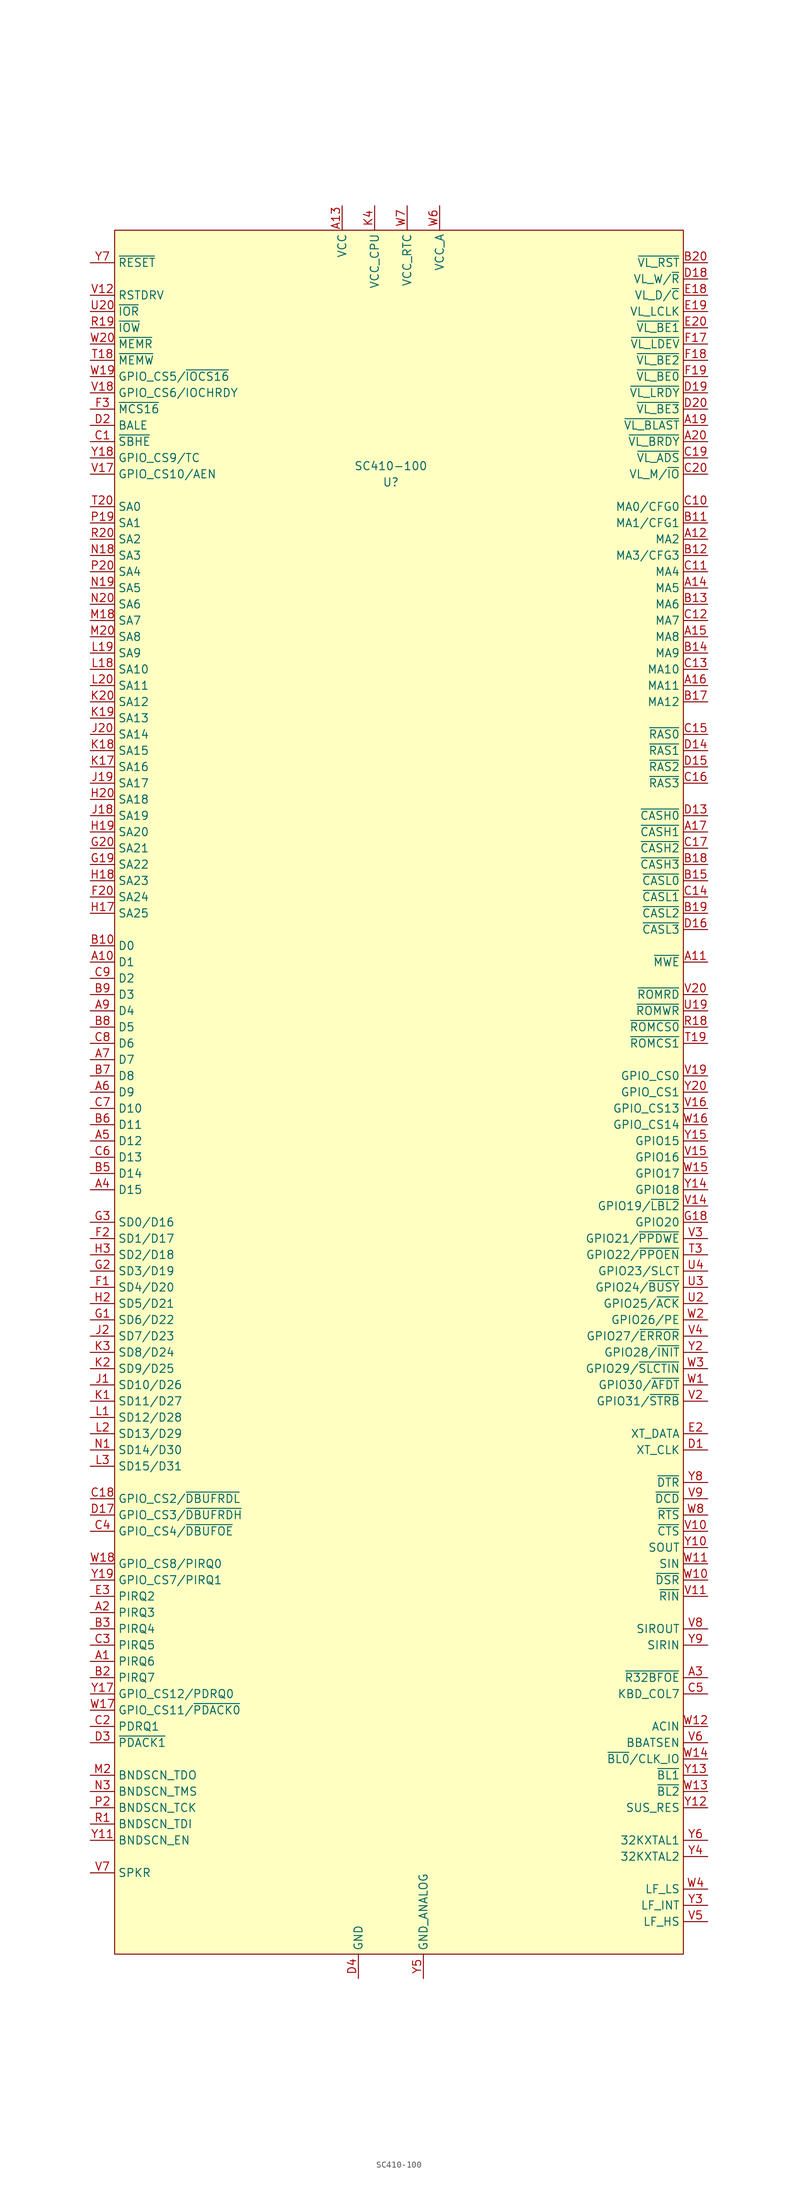
<source format=kicad_sym>
(kicad_symbol_lib
  (version 20220914)
  (generator kicad_symbol_editor)
  (symbol "SC410-100"
    (property "Reference" "U"
      (at 0 85.09 0)
      (effects (font (size 1.27 1.27))))
    (property "Value" "SC410-100"
      (at 0 87.63 0)
      (effects (font (size 1.27 1.27))))
    (symbol "SC410-100_0_0"
      (pin unspecified line (at -46.99 -99.06 0) (length 3.81) (name "PIRQ6" (effects (font (size 1.27 1.27)))) (number "A1" (effects (font (size 1.27 1.27)))))
      (pin unspecified line (at -46.99 10.16 0) (length 3.81) (name "D1" (effects (font (size 1.27 1.27)))) (number "A10" (effects (font (size 1.27 1.27)))))
      (pin unspecified line (at 49.53 10.16 180) (length 3.81) (name "~{MWE}" (effects (font (size 1.27 1.27)))) (number "A11" (effects (font (size 1.27 1.27)))))
      (pin unspecified line (at 49.53 76.2 180) (length 3.81) (name "MA2" (effects (font (size 1.27 1.27)))) (number "A12" (effects (font (size 1.27 1.27)))))
      (pin power_in line (at -7.62 128.27 270) (length 3.81) (name "VCC" (effects (font (size 1.27 1.27)))) (number "A13" (effects (font (size 1.27 1.27)))))
      (pin unspecified line (at 49.53 68.58 180) (length 3.81) (name "MA5" (effects (font (size 1.27 1.27)))) (number "A14" (effects (font (size 1.27 1.27)))))
      (pin unspecified line (at 49.53 60.96 180) (length 3.81) (name "MA8" (effects (font (size 1.27 1.27)))) (number "A15" (effects (font (size 1.27 1.27)))))
      (pin unspecified line (at 49.53 53.34 180) (length 3.81) (name "MA11" (effects (font (size 1.27 1.27)))) (number "A16" (effects (font (size 1.27 1.27)))))
      (pin unspecified line (at 49.53 30.48 180) (length 3.81) (name "~{CASH1}" (effects (font (size 1.27 1.27)))) (number "A17" (effects (font (size 1.27 1.27)))))
      (pin power_in line (at -7.62 128.27 270) (length 3.81) hide (name "VCC" (effects (font (size 1.27 1.27)))) (number "A18" (effects (font (size 1.27 1.27)))))
      (pin unspecified line (at 49.53 93.98 180) (length 3.81) (name "~{VL_BLAST}" (effects (font (size 1.27 1.27)))) (number "A19" (effects (font (size 1.27 1.27)))))
      (pin unspecified line (at -46.99 -91.44 0) (length 3.81) (name "PIRQ3" (effects (font (size 1.27 1.27)))) (number "A2" (effects (font (size 1.27 1.27)))))
      (pin unspecified line (at 49.53 91.44 180) (length 3.81) (name "~{VL_BRDY}" (effects (font (size 1.27 1.27)))) (number "A20" (effects (font (size 1.27 1.27)))))
      (pin unspecified line (at 49.53 -101.6 180) (length 3.81) (name "~{R32BFOE}" (effects (font (size 1.27 1.27)))) (number "A3" (effects (font (size 1.27 1.27)))))
      (pin unspecified line (at -46.99 -25.4 0) (length 3.81) (name "D15" (effects (font (size 1.27 1.27)))) (number "A4" (effects (font (size 1.27 1.27)))))
      (pin unspecified line (at -46.99 -17.78 0) (length 3.81) (name "D12" (effects (font (size 1.27 1.27)))) (number "A5" (effects (font (size 1.27 1.27)))))
      (pin unspecified line (at -46.99 -10.16 0) (length 3.81) (name "D9" (effects (font (size 1.27 1.27)))) (number "A6" (effects (font (size 1.27 1.27)))))
      (pin unspecified line (at -46.99 -5.08 0) (length 3.81) (name "D7" (effects (font (size 1.27 1.27)))) (number "A7" (effects (font (size 1.27 1.27)))))
      (pin power_in line (at -7.62 128.27 270) (length 3.81) hide (name "VCC" (effects (font (size 1.27 1.27)))) (number "A8" (effects (font (size 1.27 1.27)))))
      (pin unspecified line (at -46.99 2.54 0) (length 3.81) (name "D4" (effects (font (size 1.27 1.27)))) (number "A9" (effects (font (size 1.27 1.27)))))
      (pin power_in line (at -7.62 128.27 270) (length 3.81) hide (name "VCC" (effects (font (size 1.27 1.27)))) (number "B1" (effects (font (size 1.27 1.27)))))
      (pin unspecified line (at -46.99 12.7 0) (length 3.81) (name "D0" (effects (font (size 1.27 1.27)))) (number "B10" (effects (font (size 1.27 1.27)))))
      (pin unspecified line (at 49.53 78.74 180) (length 3.81) (name "MA1/CFG1" (effects (font (size 1.27 1.27)))) (number "B11" (effects (font (size 1.27 1.27)))))
      (pin unspecified line (at 49.53 73.66 180) (length 3.81) (name "MA3/CFG3" (effects (font (size 1.27 1.27)))) (number "B12" (effects (font (size 1.27 1.27)))))
      (pin unspecified line (at 49.53 66.04 180) (length 3.81) (name "MA6" (effects (font (size 1.27 1.27)))) (number "B13" (effects (font (size 1.27 1.27)))))
      (pin unspecified line (at 49.53 58.42 180) (length 3.81) (name "MA9" (effects (font (size 1.27 1.27)))) (number "B14" (effects (font (size 1.27 1.27)))))
      (pin unspecified line (at 49.53 22.86 180) (length 3.81) (name "~{CASL0}" (effects (font (size 1.27 1.27)))) (number "B15" (effects (font (size 1.27 1.27)))))
      (pin power_in line (at -7.62 128.27 270) (length 3.81) hide (name "VCC" (effects (font (size 1.27 1.27)))) (number "B16" (effects (font (size 1.27 1.27)))))
      (pin unspecified line (at 49.53 50.8 180) (length 3.81) (name "MA12" (effects (font (size 1.27 1.27)))) (number "B17" (effects (font (size 1.27 1.27)))))
      (pin unspecified line (at 49.53 25.4 180) (length 3.81) (name "~{CASH3}" (effects (font (size 1.27 1.27)))) (number "B18" (effects (font (size 1.27 1.27)))))
      (pin unspecified line (at 49.53 17.78 180) (length 3.81) (name "~{CASL2}" (effects (font (size 1.27 1.27)))) (number "B19" (effects (font (size 1.27 1.27)))))
      (pin unspecified line (at -46.99 -101.6 0) (length 3.81) (name "PIRQ7" (effects (font (size 1.27 1.27)))) (number "B2" (effects (font (size 1.27 1.27)))))
      (pin unspecified line (at 49.53 119.38 180) (length 3.81) (name "~{VL_RST}" (effects (font (size 1.27 1.27)))) (number "B20" (effects (font (size 1.27 1.27)))))
      (pin unspecified line (at -46.99 -93.98 0) (length 3.81) (name "PIRQ4" (effects (font (size 1.27 1.27)))) (number "B3" (effects (font (size 1.27 1.27)))))
      (pin power_in line (at -7.62 128.27 270) (length 3.81) hide (name "VCC" (effects (font (size 1.27 1.27)))) (number "B4" (effects (font (size 1.27 1.27)))))
      (pin unspecified line (at -46.99 -22.86 0) (length 3.81) (name "D14" (effects (font (size 1.27 1.27)))) (number "B5" (effects (font (size 1.27 1.27)))))
      (pin unspecified line (at -46.99 -15.24 0) (length 3.81) (name "D11" (effects (font (size 1.27 1.27)))) (number "B6" (effects (font (size 1.27 1.27)))))
      (pin unspecified line (at -46.99 -7.62 0) (length 3.81) (name "D8" (effects (font (size 1.27 1.27)))) (number "B7" (effects (font (size 1.27 1.27)))))
      (pin unspecified line (at -46.99 0 0) (length 3.81) (name "D5" (effects (font (size 1.27 1.27)))) (number "B8" (effects (font (size 1.27 1.27)))))
      (pin unspecified line (at -46.99 5.08 0) (length 3.81) (name "D3" (effects (font (size 1.27 1.27)))) (number "B9" (effects (font (size 1.27 1.27)))))
      (pin unspecified line (at -46.99 91.44 0) (length 3.81) (name "~{SBHE}" (effects (font (size 1.27 1.27)))) (number "C1" (effects (font (size 1.27 1.27)))))
      (pin unspecified line (at 49.53 81.28 180) (length 3.81) (name "MA0/CFG0" (effects (font (size 1.27 1.27)))) (number "C10" (effects (font (size 1.27 1.27)))))
      (pin unspecified line (at 49.53 71.12 180) (length 3.81) (name "MA4" (effects (font (size 1.27 1.27)))) (number "C11" (effects (font (size 1.27 1.27)))))
      (pin unspecified line (at 49.53 63.5 180) (length 3.81) (name "MA7" (effects (font (size 1.27 1.27)))) (number "C12" (effects (font (size 1.27 1.27)))))
      (pin unspecified line (at 49.53 55.88 180) (length 3.81) (name "MA10" (effects (font (size 1.27 1.27)))) (number "C13" (effects (font (size 1.27 1.27)))))
      (pin unspecified line (at 49.53 20.32 180) (length 3.81) (name "~{CASL1}" (effects (font (size 1.27 1.27)))) (number "C14" (effects (font (size 1.27 1.27)))))
      (pin unspecified line (at 49.53 45.72 180) (length 3.81) (name "~{RAS0}" (effects (font (size 1.27 1.27)))) (number "C15" (effects (font (size 1.27 1.27)))))
      (pin unspecified line (at 49.53 38.1 180) (length 3.81) (name "~{RAS3}" (effects (font (size 1.27 1.27)))) (number "C16" (effects (font (size 1.27 1.27)))))
      (pin unspecified line (at 49.53 27.94 180) (length 3.81) (name "~{CASH2}" (effects (font (size 1.27 1.27)))) (number "C17" (effects (font (size 1.27 1.27)))))
      (pin unspecified line (at -46.99 -73.66 0) (length 3.81) (name "GPIO_CS2/~{DBUFRDL}" (effects (font (size 1.27 1.27)))) (number "C18" (effects (font (size 1.27 1.27)))))
      (pin unspecified line (at 49.53 88.9 180) (length 3.81) (name "~{VL_ADS}" (effects (font (size 1.27 1.27)))) (number "C19" (effects (font (size 1.27 1.27)))))
      (pin unspecified line (at -46.99 -109.22 0) (length 3.81) (name "PDRQ1" (effects (font (size 1.27 1.27)))) (number "C2" (effects (font (size 1.27 1.27)))))
      (pin unspecified line (at 49.53 86.36 180) (length 3.81) (name "VL_M/~{IO}" (effects (font (size 1.27 1.27)))) (number "C20" (effects (font (size 1.27 1.27)))))
      (pin unspecified line (at -46.99 -96.52 0) (length 3.81) (name "PIRQ5" (effects (font (size 1.27 1.27)))) (number "C3" (effects (font (size 1.27 1.27)))))
      (pin unspecified line (at -46.99 -78.74 0) (length 3.81) (name "GPIO_CS4/~{DBUFOE}" (effects (font (size 1.27 1.27)))) (number "C4" (effects (font (size 1.27 1.27)))))
      (pin unspecified line (at 49.53 -104.14 180) (length 3.81) (name "KBD_COL7" (effects (font (size 1.27 1.27)))) (number "C5" (effects (font (size 1.27 1.27)))))
      (pin unspecified line (at -46.99 -20.32 0) (length 3.81) (name "D13" (effects (font (size 1.27 1.27)))) (number "C6" (effects (font (size 1.27 1.27)))))
      (pin unspecified line (at -46.99 -12.7 0) (length 3.81) (name "D10" (effects (font (size 1.27 1.27)))) (number "C7" (effects (font (size 1.27 1.27)))))
      (pin unspecified line (at -46.99 -2.54 0) (length 3.81) (name "D6" (effects (font (size 1.27 1.27)))) (number "C8" (effects (font (size 1.27 1.27)))))
      (pin unspecified line (at -46.99 7.62 0) (length 3.81) (name "D2" (effects (font (size 1.27 1.27)))) (number "C9" (effects (font (size 1.27 1.27)))))
      (pin unspecified line (at 49.53 -66.04 180) (length 3.81) (name "XT_CLK" (effects (font (size 1.27 1.27)))) (number "D1" (effects (font (size 1.27 1.27)))))
      (pin power_in line (at -5.08 -148.59 90) (length 3.81) hide (name "GND" (effects (font (size 1.27 1.27)))) (number "D10" (effects (font (size 1.27 1.27)))))
      (pin power_in line (at -5.08 -148.59 90) (length 3.81) hide (name "GND" (effects (font (size 1.27 1.27)))) (number "D11" (effects (font (size 1.27 1.27)))))
      (pin power_in line (at -5.08 -148.59 90) (length 3.81) hide (name "GND" (effects (font (size 1.27 1.27)))) (number "D12" (effects (font (size 1.27 1.27)))))
      (pin unspecified line (at 49.53 33.02 180) (length 3.81) (name "~{CASH0}" (effects (font (size 1.27 1.27)))) (number "D13" (effects (font (size 1.27 1.27)))))
      (pin unspecified line (at 49.53 43.18 180) (length 3.81) (name "~{RAS1}" (effects (font (size 1.27 1.27)))) (number "D14" (effects (font (size 1.27 1.27)))))
      (pin unspecified line (at 49.53 40.64 180) (length 3.81) (name "~{RAS2}" (effects (font (size 1.27 1.27)))) (number "D15" (effects (font (size 1.27 1.27)))))
      (pin unspecified line (at 49.53 15.24 180) (length 3.81) (name "~{CASL3}" (effects (font (size 1.27 1.27)))) (number "D16" (effects (font (size 1.27 1.27)))))
      (pin unspecified line (at -46.99 -76.2 0) (length 3.81) (name "GPIO_CS3/~{DBUFRDH}" (effects (font (size 1.27 1.27)))) (number "D17" (effects (font (size 1.27 1.27)))))
      (pin unspecified line (at 49.53 116.84 180) (length 3.81) (name "VL_W/~{R}" (effects (font (size 1.27 1.27)))) (number "D18" (effects (font (size 1.27 1.27)))))
      (pin unspecified line (at 49.53 99.06 180) (length 3.81) (name "~{VL_LRDY}" (effects (font (size 1.27 1.27)))) (number "D19" (effects (font (size 1.27 1.27)))))
      (pin unspecified line (at -46.99 93.98 0) (length 3.81) (name "BALE" (effects (font (size 1.27 1.27)))) (number "D2" (effects (font (size 1.27 1.27)))))
      (pin unspecified line (at 49.53 96.52 180) (length 3.81) (name "~{VL_BE3}" (effects (font (size 1.27 1.27)))) (number "D20" (effects (font (size 1.27 1.27)))))
      (pin unspecified line (at -46.99 -111.76 0) (length 3.81) (name "~{PDACK1}" (effects (font (size 1.27 1.27)))) (number "D3" (effects (font (size 1.27 1.27)))))
      (pin power_in line (at -5.08 -148.59 90) (length 3.81) hide (name "GND" (effects (font (size 1.27 1.27)))) (number "D5" (effects (font (size 1.27 1.27)))))
      (pin power_in line (at -5.08 -148.59 90) (length 3.81) hide (name "GND" (effects (font (size 1.27 1.27)))) (number "D6" (effects (font (size 1.27 1.27)))))
      (pin power_in line (at -5.08 -148.59 90) (length 3.81) hide (name "GND" (effects (font (size 1.27 1.27)))) (number "D7" (effects (font (size 1.27 1.27)))))
      (pin power_in line (at -5.08 -148.59 90) (length 3.81) hide (name "GND" (effects (font (size 1.27 1.27)))) (number "D8" (effects (font (size 1.27 1.27)))))
      (pin power_in line (at -5.08 -148.59 90) (length 3.81) hide (name "GND" (effects (font (size 1.27 1.27)))) (number "D9" (effects (font (size 1.27 1.27)))))
      (pin power_in line (at -7.62 128.27 270) (length 3.81) hide (name "VCC" (effects (font (size 1.27 1.27)))) (number "E1" (effects (font (size 1.27 1.27)))))
      (pin power_in line (at -7.62 128.27 270) (length 3.81) hide (name "VCC" (effects (font (size 1.27 1.27)))) (number "E17" (effects (font (size 1.27 1.27)))))
      (pin unspecified line (at 49.53 114.3 180) (length 3.81) (name "VL_D/~{C}" (effects (font (size 1.27 1.27)))) (number "E18" (effects (font (size 1.27 1.27)))))
      (pin unspecified line (at 49.53 111.76 180) (length 3.81) (name "VL_LCLK" (effects (font (size 1.27 1.27)))) (number "E19" (effects (font (size 1.27 1.27)))))
      (pin unspecified line (at 49.53 -63.5 180) (length 3.81) (name "XT_DATA" (effects (font (size 1.27 1.27)))) (number "E2" (effects (font (size 1.27 1.27)))))
      (pin unspecified line (at 49.53 109.22 180) (length 3.81) (name "~{VL_BE1}" (effects (font (size 1.27 1.27)))) (number "E20" (effects (font (size 1.27 1.27)))))
      (pin unspecified line (at -46.99 -88.9 0) (length 3.81) (name "PIRQ2" (effects (font (size 1.27 1.27)))) (number "E3" (effects (font (size 1.27 1.27)))))
      (pin power_in line (at -5.08 -148.59 90) (length 3.81) hide (name "GND" (effects (font (size 1.27 1.27)))) (number "E4" (effects (font (size 1.27 1.27)))))
      (pin unspecified line (at -46.99 -40.64 0) (length 3.81) (name "SD4/D20" (effects (font (size 1.27 1.27)))) (number "F1" (effects (font (size 1.27 1.27)))))
      (pin unspecified line (at 49.53 106.68 180) (length 3.81) (name "~{VL_LDEV}" (effects (font (size 1.27 1.27)))) (number "F17" (effects (font (size 1.27 1.27)))))
      (pin unspecified line (at 49.53 104.14 180) (length 3.81) (name "~{VL_BE2}" (effects (font (size 1.27 1.27)))) (number "F18" (effects (font (size 1.27 1.27)))))
      (pin unspecified line (at 49.53 101.6 180) (length 3.81) (name "~{VL_BE0}" (effects (font (size 1.27 1.27)))) (number "F19" (effects (font (size 1.27 1.27)))))
      (pin unspecified line (at -46.99 -33.02 0) (length 3.81) (name "SD1/D17" (effects (font (size 1.27 1.27)))) (number "F2" (effects (font (size 1.27 1.27)))))
      (pin unspecified line (at -46.99 20.32 0) (length 3.81) (name "SA24" (effects (font (size 1.27 1.27)))) (number "F20" (effects (font (size 1.27 1.27)))))
      (pin unspecified line (at -46.99 96.52 0) (length 3.81) (name "~{MCS16}" (effects (font (size 1.27 1.27)))) (number "F3" (effects (font (size 1.27 1.27)))))
      (pin power_in line (at -5.08 -148.59 90) (length 3.81) hide (name "GND" (effects (font (size 1.27 1.27)))) (number "F4" (effects (font (size 1.27 1.27)))))
      (pin unspecified line (at -46.99 -45.72 0) (length 3.81) (name "SD6/D22" (effects (font (size 1.27 1.27)))) (number "G1" (effects (font (size 1.27 1.27)))))
      (pin unspecified line (at 49.53 -30.48 180) (length 3.81) (name "GPIO20" (effects (font (size 1.27 1.27)))) (number "G18" (effects (font (size 1.27 1.27)))))
      (pin unspecified line (at -46.99 25.4 0) (length 3.81) (name "SA22" (effects (font (size 1.27 1.27)))) (number "G19" (effects (font (size 1.27 1.27)))))
      (pin unspecified line (at -46.99 -38.1 0) (length 3.81) (name "SD3/D19" (effects (font (size 1.27 1.27)))) (number "G2" (effects (font (size 1.27 1.27)))))
      (pin unspecified line (at -46.99 27.94 0) (length 3.81) (name "SA21" (effects (font (size 1.27 1.27)))) (number "G20" (effects (font (size 1.27 1.27)))))
      (pin unspecified line (at -46.99 -30.48 0) (length 3.81) (name "SD0/D16" (effects (font (size 1.27 1.27)))) (number "G3" (effects (font (size 1.27 1.27)))))
      (pin power_in line (at -5.08 -148.59 90) (length 3.81) hide (name "GND" (effects (font (size 1.27 1.27)))) (number "G4" (effects (font (size 1.27 1.27)))))
      (pin power_in line (at -7.62 128.27 270) (length 3.81) hide (name "VCC" (effects (font (size 1.27 1.27)))) (number "H1" (effects (font (size 1.27 1.27)))))
      (pin power_in line (at -5.08 -148.59 90) (length 3.81) hide (name "GND" (effects (font (size 1.27 1.27)))) (number "H10" (effects (font (size 1.27 1.27)))))
      (pin power_in line (at -5.08 -148.59 90) (length 3.81) hide (name "GND" (effects (font (size 1.27 1.27)))) (number "H11" (effects (font (size 1.27 1.27)))))
      (pin power_in line (at -5.08 -148.59 90) (length 3.81) hide (name "GND" (effects (font (size 1.27 1.27)))) (number "H12" (effects (font (size 1.27 1.27)))))
      (pin power_in line (at -5.08 -148.59 90) (length 3.81) hide (name "GND" (effects (font (size 1.27 1.27)))) (number "H13" (effects (font (size 1.27 1.27)))))
      (pin unspecified line (at -46.99 17.78 0) (length 3.81) (name "SA25" (effects (font (size 1.27 1.27)))) (number "H17" (effects (font (size 1.27 1.27)))))
      (pin unspecified line (at -46.99 22.86 0) (length 3.81) (name "SA23" (effects (font (size 1.27 1.27)))) (number "H18" (effects (font (size 1.27 1.27)))))
      (pin unspecified line (at -46.99 30.48 0) (length 3.81) (name "SA20" (effects (font (size 1.27 1.27)))) (number "H19" (effects (font (size 1.27 1.27)))))
      (pin unspecified line (at -46.99 -43.18 0) (length 3.81) (name "SD5/D21" (effects (font (size 1.27 1.27)))) (number "H2" (effects (font (size 1.27 1.27)))))
      (pin unspecified line (at -46.99 35.56 0) (length 3.81) (name "SA18" (effects (font (size 1.27 1.27)))) (number "H20" (effects (font (size 1.27 1.27)))))
      (pin unspecified line (at -46.99 -35.56 0) (length 3.81) (name "SD2/D18" (effects (font (size 1.27 1.27)))) (number "H3" (effects (font (size 1.27 1.27)))))
      (pin power_in line (at -5.08 -148.59 90) (length 3.81) hide (name "GND" (effects (font (size 1.27 1.27)))) (number "H4" (effects (font (size 1.27 1.27)))))
      (pin power_in line (at -5.08 -148.59 90) (length 3.81) hide (name "GND" (effects (font (size 1.27 1.27)))) (number "H8" (effects (font (size 1.27 1.27)))))
      (pin power_in line (at -5.08 -148.59 90) (length 3.81) hide (name "GND" (effects (font (size 1.27 1.27)))) (number "H9" (effects (font (size 1.27 1.27)))))
      (pin unspecified line (at -46.99 -55.88 0) (length 3.81) (name "SD10/D26" (effects (font (size 1.27 1.27)))) (number "J1" (effects (font (size 1.27 1.27)))))
      (pin power_in line (at -5.08 -148.59 90) (length 3.81) hide (name "GND" (effects (font (size 1.27 1.27)))) (number "J10" (effects (font (size 1.27 1.27)))))
      (pin power_in line (at -5.08 -148.59 90) (length 3.81) hide (name "GND" (effects (font (size 1.27 1.27)))) (number "J11" (effects (font (size 1.27 1.27)))))
      (pin power_in line (at -5.08 -148.59 90) (length 3.81) hide (name "GND" (effects (font (size 1.27 1.27)))) (number "J12" (effects (font (size 1.27 1.27)))))
      (pin power_in line (at -5.08 -148.59 90) (length 3.81) hide (name "GND" (effects (font (size 1.27 1.27)))) (number "J13" (effects (font (size 1.27 1.27)))))
      (pin power_in line (at -7.62 128.27 270) (length 3.81) hide (name "VCC" (effects (font (size 1.27 1.27)))) (number "J17" (effects (font (size 1.27 1.27)))))
      (pin unspecified line (at -46.99 33.02 0) (length 3.81) (name "SA19" (effects (font (size 1.27 1.27)))) (number "J18" (effects (font (size 1.27 1.27)))))
      (pin unspecified line (at -46.99 38.1 0) (length 3.81) (name "SA17" (effects (font (size 1.27 1.27)))) (number "J19" (effects (font (size 1.27 1.27)))))
      (pin unspecified line (at -46.99 -48.26 0) (length 3.81) (name "SD7/D23" (effects (font (size 1.27 1.27)))) (number "J2" (effects (font (size 1.27 1.27)))))
      (pin unspecified line (at -46.99 45.72 0) (length 3.81) (name "SA14" (effects (font (size 1.27 1.27)))) (number "J20" (effects (font (size 1.27 1.27)))))
      (pin power_in line (at -7.62 128.27 270) (length 3.81) hide (name "VCC" (effects (font (size 1.27 1.27)))) (number "J3" (effects (font (size 1.27 1.27)))))
      (pin power_in line (at -5.08 -148.59 90) (length 3.81) hide (name "GND" (effects (font (size 1.27 1.27)))) (number "J4" (effects (font (size 1.27 1.27)))))
      (pin power_in line (at -5.08 -148.59 90) (length 3.81) hide (name "GND" (effects (font (size 1.27 1.27)))) (number "J8" (effects (font (size 1.27 1.27)))))
      (pin power_in line (at -5.08 -148.59 90) (length 3.81) hide (name "GND" (effects (font (size 1.27 1.27)))) (number "J9" (effects (font (size 1.27 1.27)))))
      (pin unspecified line (at -46.99 -58.42 0) (length 3.81) (name "SD11/D27" (effects (font (size 1.27 1.27)))) (number "K1" (effects (font (size 1.27 1.27)))))
      (pin power_in line (at -5.08 -148.59 90) (length 3.81) hide (name "GND" (effects (font (size 1.27 1.27)))) (number "K10" (effects (font (size 1.27 1.27)))))
      (pin power_in line (at -5.08 -148.59 90) (length 3.81) hide (name "GND" (effects (font (size 1.27 1.27)))) (number "K11" (effects (font (size 1.27 1.27)))))
      (pin power_in line (at -5.08 -148.59 90) (length 3.81) hide (name "GND" (effects (font (size 1.27 1.27)))) (number "K12" (effects (font (size 1.27 1.27)))))
      (pin power_in line (at -5.08 -148.59 90) (length 3.81) hide (name "GND" (effects (font (size 1.27 1.27)))) (number "K13" (effects (font (size 1.27 1.27)))))
      (pin unspecified line (at -46.99 40.64 0) (length 3.81) (name "SA16" (effects (font (size 1.27 1.27)))) (number "K17" (effects (font (size 1.27 1.27)))))
      (pin unspecified line (at -46.99 43.18 0) (length 3.81) (name "SA15" (effects (font (size 1.27 1.27)))) (number "K18" (effects (font (size 1.27 1.27)))))
      (pin unspecified line (at -46.99 48.26 0) (length 3.81) (name "SA13" (effects (font (size 1.27 1.27)))) (number "K19" (effects (font (size 1.27 1.27)))))
      (pin unspecified line (at -46.99 -53.34 0) (length 3.81) (name "SD9/D25" (effects (font (size 1.27 1.27)))) (number "K2" (effects (font (size 1.27 1.27)))))
      (pin unspecified line (at -46.99 50.8 0) (length 3.81) (name "SA12" (effects (font (size 1.27 1.27)))) (number "K20" (effects (font (size 1.27 1.27)))))
      (pin unspecified line (at -46.99 -50.8 0) (length 3.81) (name "SD8/D24" (effects (font (size 1.27 1.27)))) (number "K3" (effects (font (size 1.27 1.27)))))
      (pin power_in line (at -5.08 -148.59 90) (length 3.81) hide (name "GND" (effects (font (size 1.27 1.27)))) (number "K8" (effects (font (size 1.27 1.27)))))
      (pin power_in line (at -5.08 -148.59 90) (length 3.81) hide (name "GND" (effects (font (size 1.27 1.27)))) (number "K9" (effects (font (size 1.27 1.27)))))
      (pin unspecified line (at -46.99 -60.96 0) (length 3.81) (name "SD12/D28" (effects (font (size 1.27 1.27)))) (number "L1" (effects (font (size 1.27 1.27)))))
      (pin power_in line (at -5.08 -148.59 90) (length 3.81) hide (name "GND" (effects (font (size 1.27 1.27)))) (number "L10" (effects (font (size 1.27 1.27)))))
      (pin power_in line (at -5.08 -148.59 90) (length 3.81) hide (name "GND" (effects (font (size 1.27 1.27)))) (number "L11" (effects (font (size 1.27 1.27)))))
      (pin power_in line (at -5.08 -148.59 90) (length 3.81) hide (name "GND" (effects (font (size 1.27 1.27)))) (number "L12" (effects (font (size 1.27 1.27)))))
      (pin power_in line (at -5.08 -148.59 90) (length 3.81) hide (name "GND" (effects (font (size 1.27 1.27)))) (number "L13" (effects (font (size 1.27 1.27)))))
      (pin power_in line (at -7.62 128.27 270) (length 3.81) hide (name "VCC" (effects (font (size 1.27 1.27)))) (number "L17" (effects (font (size 1.27 1.27)))))
      (pin unspecified line (at -46.99 55.88 0) (length 3.81) (name "SA10" (effects (font (size 1.27 1.27)))) (number "L18" (effects (font (size 1.27 1.27)))))
      (pin unspecified line (at -46.99 58.42 0) (length 3.81) (name "SA9" (effects (font (size 1.27 1.27)))) (number "L19" (effects (font (size 1.27 1.27)))))
      (pin unspecified line (at -46.99 -63.5 0) (length 3.81) (name "SD13/D29" (effects (font (size 1.27 1.27)))) (number "L2" (effects (font (size 1.27 1.27)))))
      (pin unspecified line (at -46.99 53.34 0) (length 3.81) (name "SA11" (effects (font (size 1.27 1.27)))) (number "L20" (effects (font (size 1.27 1.27)))))
      (pin unspecified line (at -46.99 -68.58 0) (length 3.81) (name "SD15/D31" (effects (font (size 1.27 1.27)))) (number "L3" (effects (font (size 1.27 1.27)))))
      (pin power_in line (at -2.54 128.27 270) (length 3.81) hide (name "VCC_CPU" (effects (font (size 1.27 1.27)))) (number "L4" (effects (font (size 1.27 1.27)))))
      (pin power_in line (at -5.08 -148.59 90) (length 3.81) hide (name "GND" (effects (font (size 1.27 1.27)))) (number "L8" (effects (font (size 1.27 1.27)))))
      (pin power_in line (at -5.08 -148.59 90) (length 3.81) hide (name "GND" (effects (font (size 1.27 1.27)))) (number "L9" (effects (font (size 1.27 1.27)))))
      (pin power_in line (at -7.62 128.27 270) (length 3.81) hide (name "VCC" (effects (font (size 1.27 1.27)))) (number "M1" (effects (font (size 1.27 1.27)))))
      (pin power_in line (at -5.08 -148.59 90) (length 3.81) hide (name "GND" (effects (font (size 1.27 1.27)))) (number "M10" (effects (font (size 1.27 1.27)))))
      (pin power_in line (at -5.08 -148.59 90) (length 3.81) hide (name "GND" (effects (font (size 1.27 1.27)))) (number "M11" (effects (font (size 1.27 1.27)))))
      (pin power_in line (at -5.08 -148.59 90) (length 3.81) hide (name "GND" (effects (font (size 1.27 1.27)))) (number "M12" (effects (font (size 1.27 1.27)))))
      (pin power_in line (at -5.08 -148.59 90) (length 3.81) hide (name "GND" (effects (font (size 1.27 1.27)))) (number "M13" (effects (font (size 1.27 1.27)))))
      (pin power_in line (at -7.62 128.27 270) (length 3.81) hide (name "VCC" (effects (font (size 1.27 1.27)))) (number "M17" (effects (font (size 1.27 1.27)))))
      (pin unspecified line (at -46.99 63.5 0) (length 3.81) (name "SA7" (effects (font (size 1.27 1.27)))) (number "M18" (effects (font (size 1.27 1.27)))))
      (pin power_in line (at -7.62 128.27 270) (length 3.81) hide (name "VCC" (effects (font (size 1.27 1.27)))) (number "M19" (effects (font (size 1.27 1.27)))))
      (pin unspecified line (at -46.99 -116.84 0) (length 3.81) (name "BNDSCN_TDO" (effects (font (size 1.27 1.27)))) (number "M2" (effects (font (size 1.27 1.27)))))
      (pin unspecified line (at -46.99 60.96 0) (length 3.81) (name "SA8" (effects (font (size 1.27 1.27)))) (number "M20" (effects (font (size 1.27 1.27)))))
      (pin no_connect line (at -46.99 -137.16 0) (length 3.81) hide (name "RESERVED" (effects (font (size 1.27 1.27)))) (number "M3" (effects (font (size 1.27 1.27)))))
      (pin power_in line (at -2.54 128.27 270) (length 3.81) hide (name "VCC_CPU" (effects (font (size 1.27 1.27)))) (number "M4" (effects (font (size 1.27 1.27)))))
      (pin power_in line (at -5.08 -148.59 90) (length 3.81) hide (name "GND" (effects (font (size 1.27 1.27)))) (number "M8" (effects (font (size 1.27 1.27)))))
      (pin power_in line (at -5.08 -148.59 90) (length 3.81) hide (name "GND" (effects (font (size 1.27 1.27)))) (number "M9" (effects (font (size 1.27 1.27)))))
      (pin unspecified line (at -46.99 -66.04 0) (length 3.81) (name "SD14/D30" (effects (font (size 1.27 1.27)))) (number "N1" (effects (font (size 1.27 1.27)))))
      (pin power_in line (at -5.08 -148.59 90) (length 3.81) hide (name "GND" (effects (font (size 1.27 1.27)))) (number "N10" (effects (font (size 1.27 1.27)))))
      (pin power_in line (at -5.08 -148.59 90) (length 3.81) hide (name "GND" (effects (font (size 1.27 1.27)))) (number "N11" (effects (font (size 1.27 1.27)))))
      (pin power_in line (at -5.08 -148.59 90) (length 3.81) hide (name "GND" (effects (font (size 1.27 1.27)))) (number "N12" (effects (font (size 1.27 1.27)))))
      (pin power_in line (at -5.08 -148.59 90) (length 3.81) hide (name "GND" (effects (font (size 1.27 1.27)))) (number "N13" (effects (font (size 1.27 1.27)))))
      (pin power_in line (at -7.62 128.27 270) (length 3.81) hide (name "VCC" (effects (font (size 1.27 1.27)))) (number "N17" (effects (font (size 1.27 1.27)))))
      (pin unspecified line (at -46.99 73.66 0) (length 3.81) (name "SA3" (effects (font (size 1.27 1.27)))) (number "N18" (effects (font (size 1.27 1.27)))))
      (pin unspecified line (at -46.99 68.58 0) (length 3.81) (name "SA5" (effects (font (size 1.27 1.27)))) (number "N19" (effects (font (size 1.27 1.27)))))
      (pin no_connect line (at -46.99 -137.16 0) (length 3.81) hide (name "RESERVED" (effects (font (size 1.27 1.27)))) (number "N2" (effects (font (size 1.27 1.27)))))
      (pin unspecified line (at -46.99 66.04 0) (length 3.81) (name "SA6" (effects (font (size 1.27 1.27)))) (number "N20" (effects (font (size 1.27 1.27)))))
      (pin unspecified line (at -46.99 -119.38 0) (length 3.81) (name "BNDSCN_TMS" (effects (font (size 1.27 1.27)))) (number "N3" (effects (font (size 1.27 1.27)))))
      (pin power_in line (at -2.54 128.27 270) (length 3.81) hide (name "VCC_CPU" (effects (font (size 1.27 1.27)))) (number "N4" (effects (font (size 1.27 1.27)))))
      (pin power_in line (at -5.08 -148.59 90) (length 3.81) hide (name "GND" (effects (font (size 1.27 1.27)))) (number "N8" (effects (font (size 1.27 1.27)))))
      (pin power_in line (at -5.08 -148.59 90) (length 3.81) hide (name "GND" (effects (font (size 1.27 1.27)))) (number "N9" (effects (font (size 1.27 1.27)))))
      (pin no_connect line (at -46.99 -137.16 0) (length 3.81) hide (name "RESERVED" (effects (font (size 1.27 1.27)))) (number "P1" (effects (font (size 1.27 1.27)))))
      (pin power_in line (at -7.62 128.27 270) (length 3.81) hide (name "VCC" (effects (font (size 1.27 1.27)))) (number "P17" (effects (font (size 1.27 1.27)))))
      (pin power_in line (at -7.62 128.27 270) (length 3.81) hide (name "VCC" (effects (font (size 1.27 1.27)))) (number "P18" (effects (font (size 1.27 1.27)))))
      (pin unspecified line (at -46.99 78.74 0) (length 3.81) (name "SA1" (effects (font (size 1.27 1.27)))) (number "P19" (effects (font (size 1.27 1.27)))))
      (pin unspecified line (at -46.99 -121.92 0) (length 3.81) (name "BNDSCN_TCK" (effects (font (size 1.27 1.27)))) (number "P2" (effects (font (size 1.27 1.27)))))
      (pin unspecified line (at -46.99 71.12 0) (length 3.81) (name "SA4" (effects (font (size 1.27 1.27)))) (number "P20" (effects (font (size 1.27 1.27)))))
      (pin no_connect line (at -46.99 -137.16 0) (length 3.81) hide (name "RESERVED" (effects (font (size 1.27 1.27)))) (number "P3" (effects (font (size 1.27 1.27)))))
      (pin power_in line (at -2.54 128.27 270) (length 3.81) hide (name "VCC_CPU" (effects (font (size 1.27 1.27)))) (number "P4" (effects (font (size 1.27 1.27)))))
      (pin unspecified line (at -46.99 -124.46 0) (length 3.81) (name "BNDSCN_TDI" (effects (font (size 1.27 1.27)))) (number "R1" (effects (font (size 1.27 1.27)))))
      (pin power_in line (at -5.08 -148.59 90) (length 3.81) hide (name "GND" (effects (font (size 1.27 1.27)))) (number "R17" (effects (font (size 1.27 1.27)))))
      (pin unspecified line (at 49.53 0 180) (length 3.81) (name "~{ROMCS0}" (effects (font (size 1.27 1.27)))) (number "R18" (effects (font (size 1.27 1.27)))))
      (pin unspecified line (at -46.99 109.22 0) (length 3.81) (name "~{IOW}" (effects (font (size 1.27 1.27)))) (number "R19" (effects (font (size 1.27 1.27)))))
      (pin no_connect line (at -46.99 -137.16 0) (length 3.81) hide (name "RESERVED" (effects (font (size 1.27 1.27)))) (number "R2" (effects (font (size 1.27 1.27)))))
      (pin unspecified line (at -46.99 76.2 0) (length 3.81) (name "SA2" (effects (font (size 1.27 1.27)))) (number "R20" (effects (font (size 1.27 1.27)))))
      (pin no_connect line (at -46.99 -137.16 0) (length 3.81) hide (name "RESERVED" (effects (font (size 1.27 1.27)))) (number "R3" (effects (font (size 1.27 1.27)))))
      (pin power_in line (at -2.54 128.27 270) (length 3.81) hide (name "VCC_CPU" (effects (font (size 1.27 1.27)))) (number "R4" (effects (font (size 1.27 1.27)))))
      (pin power_in line (at -7.62 128.27 270) (length 3.81) hide (name "VCC" (effects (font (size 1.27 1.27)))) (number "T1" (effects (font (size 1.27 1.27)))))
      (pin power_in line (at -5.08 -148.59 90) (length 3.81) hide (name "GND" (effects (font (size 1.27 1.27)))) (number "T17" (effects (font (size 1.27 1.27)))))
      (pin unspecified line (at -46.99 104.14 0) (length 3.81) (name "~{MEMW}" (effects (font (size 1.27 1.27)))) (number "T18" (effects (font (size 1.27 1.27)))))
      (pin unspecified line (at 49.53 -2.54 180) (length 3.81) (name "~{ROMCS1}" (effects (font (size 1.27 1.27)))) (number "T19" (effects (font (size 1.27 1.27)))))
      (pin no_connect line (at -46.99 -137.16 0) (length 3.81) hide (name "RESERVED" (effects (font (size 1.27 1.27)))) (number "T2" (effects (font (size 1.27 1.27)))))
      (pin unspecified line (at -46.99 81.28 0) (length 3.81) (name "SA0" (effects (font (size 1.27 1.27)))) (number "T20" (effects (font (size 1.27 1.27)))))
      (pin unspecified line (at 49.53 -35.56 180) (length 3.81) (name "GPIO22/~{PPOEN}" (effects (font (size 1.27 1.27)))) (number "T3" (effects (font (size 1.27 1.27)))))
      (pin power_in line (at -2.54 128.27 270) (length 3.81) hide (name "VCC_CPU" (effects (font (size 1.27 1.27)))) (number "T4" (effects (font (size 1.27 1.27)))))
      (pin no_connect line (at -46.99 -137.16 0) (length 3.81) hide (name "RESERVED" (effects (font (size 1.27 1.27)))) (number "U1" (effects (font (size 1.27 1.27)))))
      (pin power_in line (at -5.08 -148.59 90) (length 3.81) hide (name "GND" (effects (font (size 1.27 1.27)))) (number "U10" (effects (font (size 1.27 1.27)))))
      (pin power_in line (at -5.08 -148.59 90) (length 3.81) hide (name "GND" (effects (font (size 1.27 1.27)))) (number "U11" (effects (font (size 1.27 1.27)))))
      (pin power_in line (at -5.08 -148.59 90) (length 3.81) hide (name "GND" (effects (font (size 1.27 1.27)))) (number "U12" (effects (font (size 1.27 1.27)))))
      (pin power_in line (at -5.08 -148.59 90) (length 3.81) hide (name "GND" (effects (font (size 1.27 1.27)))) (number "U13" (effects (font (size 1.27 1.27)))))
      (pin power_in line (at -5.08 -148.59 90) (length 3.81) hide (name "GND" (effects (font (size 1.27 1.27)))) (number "U14" (effects (font (size 1.27 1.27)))))
      (pin power_in line (at -5.08 -148.59 90) (length 3.81) hide (name "GND" (effects (font (size 1.27 1.27)))) (number "U15" (effects (font (size 1.27 1.27)))))
      (pin power_in line (at -5.08 -148.59 90) (length 3.81) hide (name "GND" (effects (font (size 1.27 1.27)))) (number "U16" (effects (font (size 1.27 1.27)))))
      (pin power_in line (at -5.08 -148.59 90) (length 3.81) hide (name "GND" (effects (font (size 1.27 1.27)))) (number "U17" (effects (font (size 1.27 1.27)))))
      (pin power_in line (at -7.62 128.27 270) (length 3.81) hide (name "VCC" (effects (font (size 1.27 1.27)))) (number "U18" (effects (font (size 1.27 1.27)))))
      (pin unspecified line (at 49.53 2.54 180) (length 3.81) (name "~{ROMWR}" (effects (font (size 1.27 1.27)))) (number "U19" (effects (font (size 1.27 1.27)))))
      (pin unspecified line (at 49.53 -43.18 180) (length 3.81) (name "GPIO25/~{ACK}" (effects (font (size 1.27 1.27)))) (number "U2" (effects (font (size 1.27 1.27)))))
      (pin unspecified line (at -46.99 111.76 0) (length 3.81) (name "~{IOR}" (effects (font (size 1.27 1.27)))) (number "U20" (effects (font (size 1.27 1.27)))))
      (pin unspecified line (at 49.53 -40.64 180) (length 3.81) (name "GPIO24/~{BUSY}" (effects (font (size 1.27 1.27)))) (number "U3" (effects (font (size 1.27 1.27)))))
      (pin unspecified line (at 49.53 -38.1 180) (length 3.81) (name "GPIO23/SLCT" (effects (font (size 1.27 1.27)))) (number "U4" (effects (font (size 1.27 1.27)))))
      (pin power_in line (at -5.08 -148.59 90) (length 3.81) hide (name "GND" (effects (font (size 1.27 1.27)))) (number "U5" (effects (font (size 1.27 1.27)))))
      (pin power_in line (at -5.08 -148.59 90) (length 3.81) hide (name "GND" (effects (font (size 1.27 1.27)))) (number "U6" (effects (font (size 1.27 1.27)))))
      (pin power_in line (at -5.08 -148.59 90) (length 3.81) hide (name "GND" (effects (font (size 1.27 1.27)))) (number "U7" (effects (font (size 1.27 1.27)))))
      (pin power_in line (at -5.08 -148.59 90) (length 3.81) hide (name "GND" (effects (font (size 1.27 1.27)))) (number "U8" (effects (font (size 1.27 1.27)))))
      (pin power_in line (at -5.08 -148.59 90) (length 3.81) hide (name "GND" (effects (font (size 1.27 1.27)))) (number "U9" (effects (font (size 1.27 1.27)))))
      (pin no_connect line (at -46.99 -137.16 0) (length 3.81) hide (name "RESERVED" (effects (font (size 1.27 1.27)))) (number "V1" (effects (font (size 1.27 1.27)))))
      (pin unspecified line (at 49.53 -78.74 180) (length 3.81) (name "~{CTS}" (effects (font (size 1.27 1.27)))) (number "V10" (effects (font (size 1.27 1.27)))))
      (pin unspecified line (at 49.53 -88.9 180) (length 3.81) (name "~{RIN}" (effects (font (size 1.27 1.27)))) (number "V11" (effects (font (size 1.27 1.27)))))
      (pin unspecified line (at -46.99 114.3 0) (length 3.81) (name "RSTDRV" (effects (font (size 1.27 1.27)))) (number "V12" (effects (font (size 1.27 1.27)))))
      (pin power_in line (at -7.62 128.27 270) (length 3.81) hide (name "VCC" (effects (font (size 1.27 1.27)))) (number "V13" (effects (font (size 1.27 1.27)))))
      (pin unspecified line (at 49.53 -27.94 180) (length 3.81) (name "GPIO19/~{LBL2}" (effects (font (size 1.27 1.27)))) (number "V14" (effects (font (size 1.27 1.27)))))
      (pin unspecified line (at 49.53 -20.32 180) (length 3.81) (name "GPIO16" (effects (font (size 1.27 1.27)))) (number "V15" (effects (font (size 1.27 1.27)))))
      (pin unspecified line (at 49.53 -12.7 180) (length 3.81) (name "GPIO_CS13" (effects (font (size 1.27 1.27)))) (number "V16" (effects (font (size 1.27 1.27)))))
      (pin unspecified line (at -46.99 86.36 0) (length 3.81) (name "GPIO_CS10/AEN" (effects (font (size 1.27 1.27)))) (number "V17" (effects (font (size 1.27 1.27)))))
      (pin unspecified line (at -46.99 99.06 0) (length 3.81) (name "GPIO_CS6/IOCHRDY" (effects (font (size 1.27 1.27)))) (number "V18" (effects (font (size 1.27 1.27)))))
      (pin unspecified line (at 49.53 -7.62 180) (length 3.81) (name "GPIO_CS0" (effects (font (size 1.27 1.27)))) (number "V19" (effects (font (size 1.27 1.27)))))
      (pin unspecified line (at 49.53 -58.42 180) (length 3.81) (name "GPIO31/~{STRB}" (effects (font (size 1.27 1.27)))) (number "V2" (effects (font (size 1.27 1.27)))))
      (pin unspecified line (at 49.53 5.08 180) (length 3.81) (name "~{ROMRD}" (effects (font (size 1.27 1.27)))) (number "V20" (effects (font (size 1.27 1.27)))))
      (pin unspecified line (at 49.53 -33.02 180) (length 3.81) (name "GPIO21/~{PPDWE}" (effects (font (size 1.27 1.27)))) (number "V3" (effects (font (size 1.27 1.27)))))
      (pin unspecified line (at 49.53 -48.26 180) (length 3.81) (name "GPIO27/~{ERROR}" (effects (font (size 1.27 1.27)))) (number "V4" (effects (font (size 1.27 1.27)))))
      (pin unspecified line (at 49.53 -139.7 180) (length 3.81) (name "LF_HS" (effects (font (size 1.27 1.27)))) (number "V5" (effects (font (size 1.27 1.27)))))
      (pin unspecified line (at 49.53 -111.76 180) (length 3.81) (name "BBATSEN" (effects (font (size 1.27 1.27)))) (number "V6" (effects (font (size 1.27 1.27)))))
      (pin unspecified line (at 49.53 -93.98 180) (length 3.81) (name "SIROUT" (effects (font (size 1.27 1.27)))) (number "V8" (effects (font (size 1.27 1.27)))))
      (pin unspecified line (at 49.53 -73.66 180) (length 3.81) (name "~{DCD}" (effects (font (size 1.27 1.27)))) (number "V9" (effects (font (size 1.27 1.27)))))
      (pin unspecified line (at 49.53 -55.88 180) (length 3.81) (name "GPIO30/~{AFDT}" (effects (font (size 1.27 1.27)))) (number "W1" (effects (font (size 1.27 1.27)))))
      (pin unspecified line (at 49.53 -86.36 180) (length 3.81) (name "~{DSR}" (effects (font (size 1.27 1.27)))) (number "W10" (effects (font (size 1.27 1.27)))))
      (pin unspecified line (at 49.53 -83.82 180) (length 3.81) (name "SIN" (effects (font (size 1.27 1.27)))) (number "W11" (effects (font (size 1.27 1.27)))))
      (pin unspecified line (at 49.53 -109.22 180) (length 3.81) (name "ACIN" (effects (font (size 1.27 1.27)))) (number "W12" (effects (font (size 1.27 1.27)))))
      (pin unspecified line (at 49.53 -119.38 180) (length 3.81) (name "~{BL2}" (effects (font (size 1.27 1.27)))) (number "W13" (effects (font (size 1.27 1.27)))))
      (pin unspecified line (at 49.53 -114.3 180) (length 3.81) (name "~{BL0}/CLK_IO" (effects (font (size 1.27 1.27)))) (number "W14" (effects (font (size 1.27 1.27)))))
      (pin unspecified line (at 49.53 -22.86 180) (length 3.81) (name "GPIO17" (effects (font (size 1.27 1.27)))) (number "W15" (effects (font (size 1.27 1.27)))))
      (pin unspecified line (at 49.53 -15.24 180) (length 3.81) (name "GPIO_CS14" (effects (font (size 1.27 1.27)))) (number "W16" (effects (font (size 1.27 1.27)))))
      (pin unspecified line (at -46.99 -106.68 0) (length 3.81) (name "GPIO_CS11/~{PDACK0}" (effects (font (size 1.27 1.27)))) (number "W17" (effects (font (size 1.27 1.27)))))
      (pin unspecified line (at -46.99 -83.82 0) (length 3.81) (name "GPIO_CS8/PIRQ0" (effects (font (size 1.27 1.27)))) (number "W18" (effects (font (size 1.27 1.27)))))
      (pin unspecified line (at -46.99 101.6 0) (length 3.81) (name "GPIO_CS5/~{IOCS16}" (effects (font (size 1.27 1.27)))) (number "W19" (effects (font (size 1.27 1.27)))))
      (pin unspecified line (at 49.53 -45.72 180) (length 3.81) (name "GPIO26/PE" (effects (font (size 1.27 1.27)))) (number "W2" (effects (font (size 1.27 1.27)))))
      (pin unspecified line (at -46.99 106.68 0) (length 3.81) (name "~{MEMR}" (effects (font (size 1.27 1.27)))) (number "W20" (effects (font (size 1.27 1.27)))))
      (pin unspecified line (at 49.53 -53.34 180) (length 3.81) (name "GPIO29/~{SLCTIN}" (effects (font (size 1.27 1.27)))) (number "W3" (effects (font (size 1.27 1.27)))))
      (pin unspecified line (at 49.53 -134.62 180) (length 3.81) (name "LF_LS" (effects (font (size 1.27 1.27)))) (number "W4" (effects (font (size 1.27 1.27)))))
      (pin no_connect line (at -46.99 -137.16 0) (length 3.81) hide (name "RESERVED" (effects (font (size 1.27 1.27)))) (number "W5" (effects (font (size 1.27 1.27)))))
      (pin unspecified line (at 49.53 -76.2 180) (length 3.81) (name "~{RTS}" (effects (font (size 1.27 1.27)))) (number "W8" (effects (font (size 1.27 1.27)))))
      (pin power_in line (at -7.62 128.27 270) (length 3.81) hide (name "VCC" (effects (font (size 1.27 1.27)))) (number "W9" (effects (font (size 1.27 1.27)))))
      (pin power_in line (at -7.62 128.27 270) (length 3.81) hide (name "VCC" (effects (font (size 1.27 1.27)))) (number "Y1" (effects (font (size 1.27 1.27)))))
      (pin unspecified line (at 49.53 -81.28 180) (length 3.81) (name "SOUT" (effects (font (size 1.27 1.27)))) (number "Y10" (effects (font (size 1.27 1.27)))))
      (pin unspecified line (at -46.99 -127 0) (length 3.81) (name "BNDSCN_EN" (effects (font (size 1.27 1.27)))) (number "Y11" (effects (font (size 1.27 1.27)))))
      (pin unspecified line (at 49.53 -121.92 180) (length 3.81) (name "SUS_RES" (effects (font (size 1.27 1.27)))) (number "Y12" (effects (font (size 1.27 1.27)))))
      (pin unspecified line (at 49.53 -116.84 180) (length 3.81) (name "~{BL1}" (effects (font (size 1.27 1.27)))) (number "Y13" (effects (font (size 1.27 1.27)))))
      (pin unspecified line (at 49.53 -25.4 180) (length 3.81) (name "GPIO18" (effects (font (size 1.27 1.27)))) (number "Y14" (effects (font (size 1.27 1.27)))))
      (pin unspecified line (at 49.53 -17.78 180) (length 3.81) (name "GPIO15" (effects (font (size 1.27 1.27)))) (number "Y15" (effects (font (size 1.27 1.27)))))
      (pin power_in line (at -7.62 128.27 270) (length 3.81) hide (name "VCC" (effects (font (size 1.27 1.27)))) (number "Y16" (effects (font (size 1.27 1.27)))))
      (pin unspecified line (at -46.99 -104.14 0) (length 3.81) (name "GPIO_CS12/PDRQ0" (effects (font (size 1.27 1.27)))) (number "Y17" (effects (font (size 1.27 1.27)))))
      (pin unspecified line (at -46.99 88.9 0) (length 3.81) (name "GPIO_CS9/TC" (effects (font (size 1.27 1.27)))) (number "Y18" (effects (font (size 1.27 1.27)))))
      (pin unspecified line (at -46.99 -86.36 0) (length 3.81) (name "GPIO_CS7/PIRQ1" (effects (font (size 1.27 1.27)))) (number "Y19" (effects (font (size 1.27 1.27)))))
      (pin unspecified line (at 49.53 -50.8 180) (length 3.81) (name "GPIO28/~{INIT}" (effects (font (size 1.27 1.27)))) (number "Y2" (effects (font (size 1.27 1.27)))))
      (pin unspecified line (at 49.53 -10.16 180) (length 3.81) (name "GPIO_CS1" (effects (font (size 1.27 1.27)))) (number "Y20" (effects (font (size 1.27 1.27)))))
      (pin unspecified line (at 49.53 -137.16 180) (length 3.81) (name "LF_INT" (effects (font (size 1.27 1.27)))) (number "Y3" (effects (font (size 1.27 1.27)))))
      (pin unspecified line (at 49.53 -129.54 180) (length 3.81) (name "32KXTAL2" (effects (font (size 1.27 1.27)))) (number "Y4" (effects (font (size 1.27 1.27)))))
      (pin unspecified line (at 5.08 -148.59 90) (length 3.81) (name "GND_ANALOG" (effects (font (size 1.27 1.27)))) (number "Y5" (effects (font (size 1.27 1.27)))))
      (pin unspecified line (at 49.53 -127 180) (length 3.81) (name "32KXTAL1" (effects (font (size 1.27 1.27)))) (number "Y6" (effects (font (size 1.27 1.27)))))
      (pin unspecified line (at -46.99 119.38 0) (length 3.81) (name "~{RESET}" (effects (font (size 1.27 1.27)))) (number "Y7" (effects (font (size 1.27 1.27)))))
      (pin unspecified line (at 49.53 -71.12 180) (length 3.81) (name "~{DTR}" (effects (font (size 1.27 1.27)))) (number "Y8" (effects (font (size 1.27 1.27)))))
      (pin unspecified line (at 49.53 -96.52 180) (length 3.81) (name "SIRIN" (effects (font (size 1.27 1.27)))) (number "Y9" (effects (font (size 1.27 1.27))))))
    (symbol "SC410-100_0_1"
      (rectangle (start -43.18 124.46) (end 45.72 -144.78) (stroke (width 0) (type default)) (fill (type background))))
    (symbol "SC410-100_1_0"
      (pin power_in line (at -5.08 -148.59 90) (length 3.81) (name "GND" (effects (font (size 1.27 1.27)))) (number "D4" (effects (font (size 1.27 1.27)))))
      (pin power_in line (at -7.62 128.27 270) (length 3.81) hide (name "VCC" (effects (font (size 1.27 1.27)))) (number "G17" (effects (font (size 1.27 1.27)))))
      (pin power_in line (at -2.54 128.27 270) (length 3.81) (name "VCC_CPU" (effects (font (size 1.27 1.27)))) (number "K4" (effects (font (size 1.27 1.27)))))
      (pin unspecified line (at -46.99 -132.08 0) (length 3.81) (name "SPKR" (effects (font (size 1.27 1.27)))) (number "V7" (effects (font (size 1.27 1.27)))))
      (pin power_in line (at 7.62 128.27 270) (length 3.81) (name "VCC_A" (effects (font (size 1.27 1.27)))) (number "W6" (effects (font (size 1.27 1.27)))))
      (pin power_in line (at 2.54 128.27 270) (length 3.81) (name "VCC_RTC" (effects (font (size 1.27 1.27)))) (number "W7" (effects (font (size 1.27 1.27))))))))
</source>
